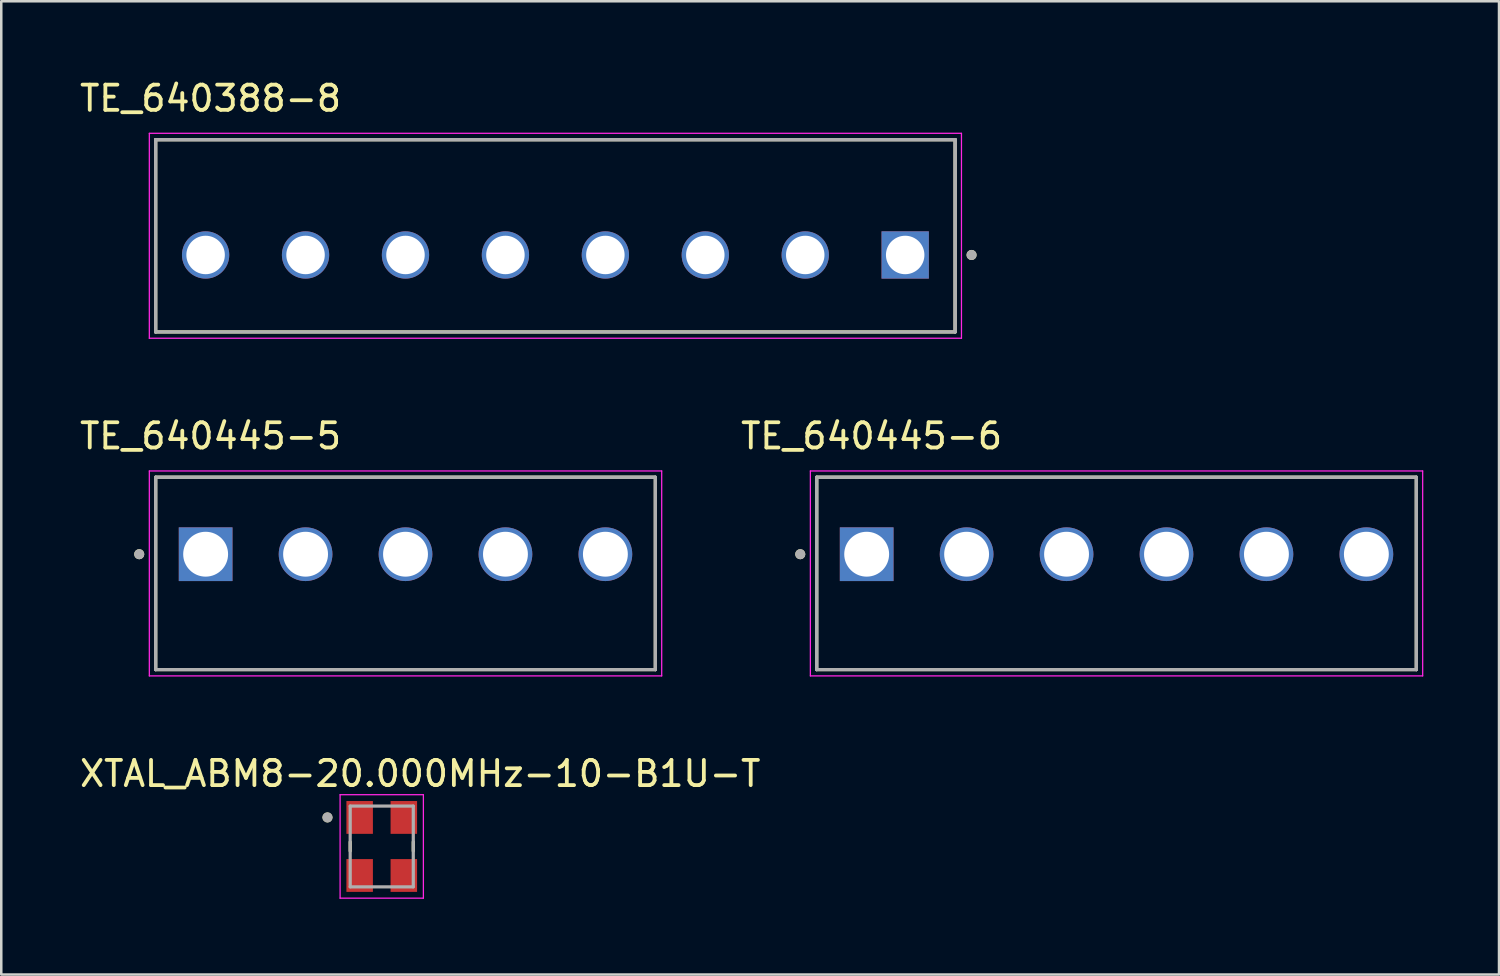
<source format=kicad_pcb>
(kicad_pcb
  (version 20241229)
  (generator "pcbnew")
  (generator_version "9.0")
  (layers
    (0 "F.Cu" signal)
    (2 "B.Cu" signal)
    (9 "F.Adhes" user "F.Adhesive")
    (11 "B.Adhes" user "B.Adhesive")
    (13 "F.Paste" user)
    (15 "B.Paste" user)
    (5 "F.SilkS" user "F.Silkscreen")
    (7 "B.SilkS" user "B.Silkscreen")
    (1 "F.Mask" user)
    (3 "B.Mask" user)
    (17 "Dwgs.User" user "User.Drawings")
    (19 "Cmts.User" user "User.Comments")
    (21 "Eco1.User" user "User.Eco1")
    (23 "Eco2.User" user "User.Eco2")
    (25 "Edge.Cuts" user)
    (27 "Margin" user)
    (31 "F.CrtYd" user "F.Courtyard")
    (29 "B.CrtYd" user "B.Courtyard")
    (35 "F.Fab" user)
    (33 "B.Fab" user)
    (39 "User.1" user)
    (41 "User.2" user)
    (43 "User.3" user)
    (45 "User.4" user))
  (footprint "XTAL_ABM8-20.000MHz-10-B1U-T"
    (layer "F.Cu")
    (at 12.076 30.49)
    (property "Reference" "XTAL_ABM8-20.000MHz-10-B1U-T" (at 1.525 -2.885 0) (layer "F.SilkS") (effects (font (size 1 1) (thickness 0.15))))
    (attr smd)
    (fp_line (start -1.25 -0.18) (end -1.25 0.18) (stroke (width 0.127) (type solid)) (layer "F.SilkS"))
    (fp_line (start 1.25 -0.18) (end 1.25 0.18) (stroke (width 0.127) (type solid)) (layer "F.SilkS"))
    (fp_circle (center -2.15 -1.15) (end -2.05 -1.15) (stroke (width 0.2) (type solid)) (fill no) (layer "F.SilkS"))
    (fp_line (start -1.65 -2.05) (end -1.65 2.05) (stroke (width 0.05) (type solid)) (layer "F.CrtYd"))
    (fp_line (start -1.65 -2.05) (end 1.65 -2.05) (stroke (width 0.05) (type solid)) (layer "F.CrtYd"))
    (fp_line (start 1.65 -2.05) (end 1.65 2.05) (stroke (width 0.05) (type solid)) (layer "F.CrtYd"))
    (fp_line (start 1.65 2.05) (end -1.65 2.05) (stroke (width 0.05) (type solid)) (layer "F.CrtYd"))
    (fp_line (start -1.25 -1.6) (end -1.25 1.6) (stroke (width 0.127) (type solid)) (layer "F.Fab"))
    (fp_line (start -1.25 -1.6) (end 1.25 -1.6) (stroke (width 0.127) (type solid)) (layer "F.Fab"))
    (fp_line (start 1.25 -1.6) (end 1.25 1.6) (stroke (width 0.127) (type solid)) (layer "F.Fab"))
    (fp_line (start 1.25 1.6) (end -1.25 1.6) (stroke (width 0.127) (type solid)) (layer "F.Fab"))
    (fp_circle (center -2.15 -1.15) (end -2.05 -1.15) (stroke (width 0.2) (type solid)) (fill no) (layer "F.Fab"))
    (pad "1" smd rect (at -0.875 -1.15) (size 1.05 1.3) (layers "F.Cu" "F.Mask" "F.Paste"))
    (pad "2" smd rect (at -0.875 1.15) (size 1.05 1.3) (layers "F.Cu" "F.Mask" "F.Paste"))
    (pad "3" smd rect (at 0.875 1.15) (size 1.05 1.3) (layers "F.Cu" "F.Mask" "F.Paste"))
    (pad "4" smd rect (at 0.875 -1.15) (size 1.05 1.3) (layers "F.Cu" "F.Mask" "F.Paste")))
  (footprint "TE_640445-5"
    (layer "F.Cu")
    (at 5.098 18.91)
    (property "Reference" "TE_640445-5" (at 0.194 -4.683 0) (layer "F.SilkS") (effects (font (size 1 1) (thickness 0.15))))
    (attr through_hole)
    (fp_line (start -1.981 4.572) (end -1.981 -3.048) (stroke (width 0.127) (type solid)) (layer "F.SilkS"))
    (fp_line (start 17.821 -3.048) (end -1.981 -3.048) (stroke (width 0.127) (type solid)) (layer "F.SilkS"))
    (fp_line (start 17.821 -3.048) (end 17.821 4.572) (stroke (width 0.127) (type solid)) (layer "F.SilkS"))
    (fp_line (start 17.821 4.572) (end -1.981 4.572) (stroke (width 0.127) (type solid)) (layer "F.SilkS"))
    (fp_circle (center -2.631 0) (end -2.531 0) (stroke (width 0.2) (type solid)) (fill no) (layer "F.SilkS"))
    (fp_line (start -2.231 -3.298) (end 18.071 -3.298) (stroke (width 0.05) (type solid)) (layer "F.CrtYd"))
    (fp_line (start -2.231 4.822) (end -2.231 -3.298) (stroke (width 0.05) (type solid)) (layer "F.CrtYd"))
    (fp_line (start 18.071 -3.298) (end 18.071 4.822) (stroke (width 0.05) (type solid)) (layer "F.CrtYd"))
    (fp_line (start 18.071 4.822) (end -2.231 4.822) (stroke (width 0.05) (type solid)) (layer "F.CrtYd"))
    (fp_line (start -1.981 -3.048) (end 17.821 -3.048) (stroke (width 0.127) (type solid)) (layer "F.Fab"))
    (fp_line (start -1.981 -3.048) (end 17.821 -3.048) (stroke (width 0.127) (type solid)) (layer "F.Fab"))
    (fp_line (start -1.981 4.572) (end -1.981 -3.048) (stroke (width 0.127) (type solid)) (layer "F.Fab"))
    (fp_line (start -1.981 4.572) (end -1.981 -3.048) (stroke (width 0.127) (type solid)) (layer "F.Fab"))
    (fp_line (start 17.821 -3.048) (end 17.821 4.572) (stroke (width 0.127) (type solid)) (layer "F.Fab"))
    (fp_line (start 17.821 -3.048) (end 17.821 4.572) (stroke (width 0.127) (type solid)) (layer "F.Fab"))
    (fp_line (start 17.821 4.572) (end -1.981 4.572) (stroke (width 0.127) (type solid)) (layer "F.Fab"))
    (fp_circle (center -2.631 0) (end -2.531 0) (stroke (width 0.2) (type solid)) (fill no) (layer "F.Fab"))
    (pad "1" thru_hole rect (at 0 0) (size 2.128 2.128) (drill 1.778) (layers "*.Cu" "*.Mask"))
    (pad "2" thru_hole circle (at 3.96 0) (size 2.128 2.128) (drill 1.778) (layers "*.Cu" "*.Mask"))
    (pad "3" thru_hole circle (at 7.92 0) (size 2.128 2.128) (drill 1.778) (layers "*.Cu" "*.Mask"))
    (pad "4" thru_hole circle (at 11.88 0) (size 2.128 2.128) (drill 1.778) (layers "*.Cu" "*.Mask"))
    (pad "5" thru_hole circle (at 15.84 0) (size 2.128 2.128) (drill 1.778) (layers "*.Cu" "*.Mask")))
  (footprint "TE_640445-6"
    (layer "F.Cu")
    (at 31.291 18.91)
    (property "Reference" "TE_640445-6" (at 0.194 -4.683 0) (layer "F.SilkS") (effects (font (size 1 1) (thickness 0.15))))
    (attr through_hole)
    (fp_line (start -1.981 4.572) (end -1.981 -3.048) (stroke (width 0.127) (type solid)) (layer "F.SilkS"))
    (fp_line (start 21.781 -3.048) (end -1.981 -3.048) (stroke (width 0.127) (type solid)) (layer "F.SilkS"))
    (fp_line (start 21.781 -3.048) (end 21.781 4.572) (stroke (width 0.127) (type solid)) (layer "F.SilkS"))
    (fp_line (start 21.781 4.572) (end -1.981 4.572) (stroke (width 0.127) (type solid)) (layer "F.SilkS"))
    (fp_circle (center -2.631 0) (end -2.531 0) (stroke (width 0.2) (type solid)) (fill no) (layer "F.SilkS"))
    (fp_line (start -2.231 -3.298) (end 22.031 -3.298) (stroke (width 0.05) (type solid)) (layer "F.CrtYd"))
    (fp_line (start -2.231 4.822) (end -2.231 -3.298) (stroke (width 0.05) (type solid)) (layer "F.CrtYd"))
    (fp_line (start 22.031 -3.298) (end 22.031 4.822) (stroke (width 0.05) (type solid)) (layer "F.CrtYd"))
    (fp_line (start 22.031 4.822) (end -2.231 4.822) (stroke (width 0.05) (type solid)) (layer "F.CrtYd"))
    (fp_line (start -1.981 -3.048) (end 21.781 -3.048) (stroke (width 0.127) (type solid)) (layer "F.Fab"))
    (fp_line (start -1.981 -3.048) (end 21.781 -3.048) (stroke (width 0.127) (type solid)) (layer "F.Fab"))
    (fp_line (start -1.981 4.572) (end -1.981 -3.048) (stroke (width 0.127) (type solid)) (layer "F.Fab"))
    (fp_line (start -1.981 4.572) (end -1.981 -3.048) (stroke (width 0.127) (type solid)) (layer "F.Fab"))
    (fp_line (start 21.781 -3.048) (end 21.781 4.572) (stroke (width 0.127) (type solid)) (layer "F.Fab"))
    (fp_line (start 21.781 -3.048) (end 21.781 4.572) (stroke (width 0.127) (type solid)) (layer "F.Fab"))
    (fp_line (start 21.781 4.572) (end -1.981 4.572) (stroke (width 0.127) (type solid)) (layer "F.Fab"))
    (fp_circle (center -2.631 0) (end -2.531 0) (stroke (width 0.2) (type solid)) (fill no) (layer "F.Fab"))
    (pad "1" thru_hole rect (at 0 0) (size 2.128 2.128) (drill 1.778) (layers "*.Cu" "*.Mask"))
    (pad "2" thru_hole circle (at 3.96 0) (size 2.128 2.128) (drill 1.778) (layers "*.Cu" "*.Mask"))
    (pad "3" thru_hole circle (at 7.92 0) (size 2.128 2.128) (drill 1.778) (layers "*.Cu" "*.Mask"))
    (pad "4" thru_hole circle (at 11.88 0) (size 2.128 2.128) (drill 1.778) (layers "*.Cu" "*.Mask"))
    (pad "5" thru_hole circle (at 15.84 0) (size 2.128 2.128) (drill 1.778) (layers "*.Cu" "*.Mask"))
    (pad "6" thru_hole circle (at 19.8 0) (size 2.128 2.128) (drill 1.778) (layers "*.Cu" "*.Mask")))
  (footprint "TE_640388-8"
    (layer "F.Cu")
    (at 32.817 7.053)
    (property "Reference" "TE_640388-8" (at -27.525 -6.205 0) (layer "F.SilkS") (effects (font (size 1 1) (thickness 0.15))))
    (attr through_hole)
    (fp_line (start -29.7 3.05) (end -29.7 -4.57) (stroke (width 0.127) (type solid)) (layer "F.SilkS"))
    (fp_line (start 1.98 -4.57) (end -29.7 -4.57) (stroke (width 0.127) (type solid)) (layer "F.SilkS"))
    (fp_line (start 1.98 -4.57) (end 1.98 3.05) (stroke (width 0.127) (type solid)) (layer "F.SilkS"))
    (fp_line (start 1.98 3.05) (end -29.7 3.05) (stroke (width 0.127) (type solid)) (layer "F.SilkS"))
    (fp_circle (center 2.63 0) (end 2.73 0) (stroke (width 0.2) (type solid)) (fill no) (layer "F.SilkS"))
    (fp_line (start -29.95 -4.82) (end 2.23 -4.82) (stroke (width 0.05) (type solid)) (layer "F.CrtYd"))
    (fp_line (start -29.95 3.3) (end -29.95 -4.82) (stroke (width 0.05) (type solid)) (layer "F.CrtYd"))
    (fp_line (start 2.23 -4.82) (end 2.23 3.3) (stroke (width 0.05) (type solid)) (layer "F.CrtYd"))
    (fp_line (start 2.23 3.3) (end -29.95 3.3) (stroke (width 0.05) (type solid)) (layer "F.CrtYd"))
    (fp_line (start -29.7 -4.57) (end 1.98 -4.57) (stroke (width 0.127) (type solid)) (layer "F.Fab"))
    (fp_line (start -29.7 -4.57) (end 1.98 -4.57) (stroke (width 0.127) (type solid)) (layer "F.Fab"))
    (fp_line (start -29.7 3.05) (end -29.7 -4.57) (stroke (width 0.127) (type solid)) (layer "F.Fab"))
    (fp_line (start -29.7 3.05) (end -29.7 -4.57) (stroke (width 0.127) (type solid)) (layer "F.Fab"))
    (fp_line (start 1.98 -4.57) (end 1.98 3.05) (stroke (width 0.127) (type solid)) (layer "F.Fab"))
    (fp_line (start 1.98 -4.57) (end 1.98 3.05) (stroke (width 0.127) (type solid)) (layer "F.Fab"))
    (fp_line (start 1.98 3.05) (end -29.7 3.05) (stroke (width 0.127) (type solid)) (layer "F.Fab"))
    (fp_circle (center 2.63 0) (end 2.73 0) (stroke (width 0.2) (type solid)) (fill no) (layer "F.Fab"))
    (pad "1" thru_hole rect (at 0 0) (size 1.874 1.874) (drill 1.524) (layers "*.Cu" "*.Mask"))
    (pad "2" thru_hole circle (at -3.96 0) (size 1.874 1.874) (drill 1.524) (layers "*.Cu" "*.Mask"))
    (pad "3" thru_hole circle (at -7.92 0) (size 1.874 1.874) (drill 1.524) (layers "*.Cu" "*.Mask"))
    (pad "4" thru_hole circle (at -11.88 0) (size 1.874 1.874) (drill 1.524) (layers "*.Cu" "*.Mask"))
    (pad "5" thru_hole circle (at -15.84 0) (size 1.874 1.874) (drill 1.524) (layers "*.Cu" "*.Mask"))
    (pad "6" thru_hole circle (at -19.8 0) (size 1.874 1.874) (drill 1.524) (layers "*.Cu" "*.Mask"))
    (pad "7" thru_hole circle (at -23.76 0) (size 1.874 1.874) (drill 1.524) (layers "*.Cu" "*.Mask"))
    (pad "8" thru_hole circle (at -27.72 0) (size 1.874 1.874) (drill 1.524) (layers "*.Cu" "*.Mask")))
  (gr_rect
    (start -3 -3)
    (end 56.347 35.565)
    (stroke (width 0.1) (type default))
    (fill no)
    (layer "Edge.Cuts")))
</source>
